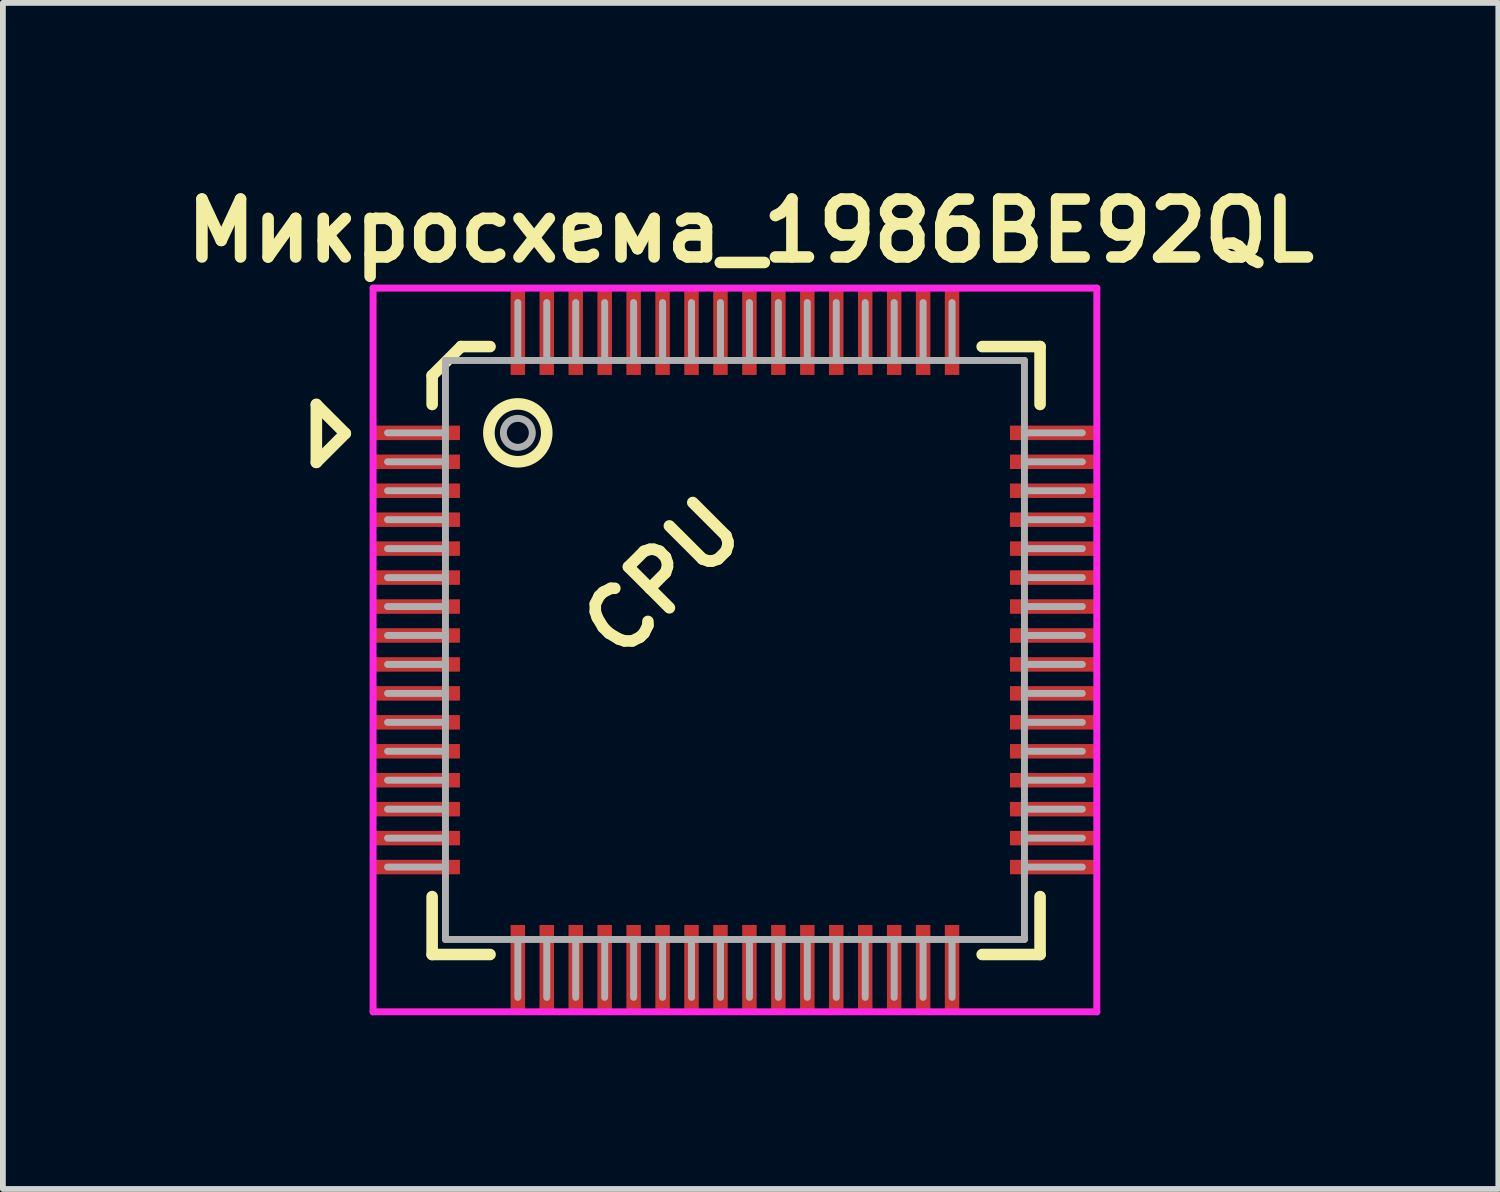
<source format=kicad_pcb>
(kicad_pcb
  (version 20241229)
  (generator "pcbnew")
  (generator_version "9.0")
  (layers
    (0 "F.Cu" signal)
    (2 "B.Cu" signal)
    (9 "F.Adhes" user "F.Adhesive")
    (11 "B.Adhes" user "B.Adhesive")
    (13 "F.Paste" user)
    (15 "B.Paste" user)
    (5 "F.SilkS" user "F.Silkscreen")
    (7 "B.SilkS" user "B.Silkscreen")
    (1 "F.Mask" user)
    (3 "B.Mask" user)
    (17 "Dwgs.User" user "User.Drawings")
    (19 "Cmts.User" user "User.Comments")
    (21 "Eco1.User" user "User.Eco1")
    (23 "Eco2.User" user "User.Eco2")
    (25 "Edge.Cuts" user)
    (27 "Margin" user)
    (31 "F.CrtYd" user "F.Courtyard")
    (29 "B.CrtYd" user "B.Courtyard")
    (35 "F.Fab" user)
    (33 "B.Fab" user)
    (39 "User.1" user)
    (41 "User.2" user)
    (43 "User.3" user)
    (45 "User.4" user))
  (footprint "Микросхема_1986ВЕ92QL"
    (layer "F.Cu")
    (at 9.644 8.176)
    (property "Reference" "Микросхема_1986ВЕ92QL" (at 0.27 -7.24 180) (layer "F.SilkS") (effects (font (size 1 1) (thickness 0.2))))
    (attr through_hole)
    (fp_line (start -7.23 -4.24) (end -6.73 -3.74) (stroke (width 0.2) (type solid)) (layer "F.SilkS"))
    (fp_line (start -7.23 -3.24) (end -7.23 -4.24) (stroke (width 0.2) (type solid)) (layer "F.SilkS"))
    (fp_line (start -6.73 -3.74) (end -7.23 -3.24) (stroke (width 0.2) (type solid)) (layer "F.SilkS"))
    (fp_line (start -5.23 -4.74) (end -5.23 -4.24) (stroke (width 0.2) (type solid)) (layer "F.SilkS"))
    (fp_line (start -5.23 5.26) (end -5.23 4.26) (stroke (width 0.2) (type solid)) (layer "F.SilkS"))
    (fp_line (start -5.23 5.26) (end -4.23 5.26) (stroke (width 0.2) (type solid)) (layer "F.SilkS"))
    (fp_line (start -4.73 -5.24) (end -5.23 -4.74) (stroke (width 0.2) (type solid)) (layer "F.SilkS"))
    (fp_line (start -4.73 -5.24) (end -4.23 -5.24) (stroke (width 0.2) (type solid)) (layer "F.SilkS"))
    (fp_line (start 5.27 -5.24) (end 4.27 -5.24) (stroke (width 0.2) (type solid)) (layer "F.SilkS"))
    (fp_line (start 5.27 -5.24) (end 5.27 -4.24) (stroke (width 0.2) (type solid)) (layer "F.SilkS"))
    (fp_line (start 5.27 5.26) (end 4.27 5.26) (stroke (width 0.2) (type solid)) (layer "F.SilkS"))
    (fp_line (start 5.27 5.26) (end 5.27 4.26) (stroke (width 0.2) (type solid)) (layer "F.SilkS"))
    (fp_circle (center -3.75 -3.75) (end -3.25 -3.75) (stroke (width 0.2) (type solid)) (fill no) (layer "F.SilkS"))
    (fp_line (start -6.25 -6.25) (end 6.25 -6.25) (stroke (width 0.12) (type solid)) (layer "F.CrtYd"))
    (fp_line (start -6.25 6.25) (end -6.25 -6.25) (stroke (width 0.12) (type solid)) (layer "F.CrtYd"))
    (fp_line (start 6.25 -6.25) (end 6.25 6.25) (stroke (width 0.12) (type solid)) (layer "F.CrtYd"))
    (fp_line (start 6.25 6.25) (end -6.25 6.25) (stroke (width 0.12) (type solid)) (layer "F.CrtYd"))
    (fp_line (start -6 -3.75) (end -5 -3.75) (stroke (width 0.12) (type solid)) (layer "F.Fab"))
    (fp_line (start -6 -3.25) (end -5 -3.25) (stroke (width 0.12) (type solid)) (layer "F.Fab"))
    (fp_line (start -6 -2.75) (end -5 -2.75) (stroke (width 0.12) (type solid)) (layer "F.Fab"))
    (fp_line (start -6 -2.25) (end -5 -2.25) (stroke (width 0.12) (type solid)) (layer "F.Fab"))
    (fp_line (start -6 -1.75) (end -5 -1.75) (stroke (width 0.12) (type solid)) (layer "F.Fab"))
    (fp_line (start -6 -1.25) (end -5 -1.25) (stroke (width 0.12) (type solid)) (layer "F.Fab"))
    (fp_line (start -6 -0.75) (end -5 -0.75) (stroke (width 0.12) (type solid)) (layer "F.Fab"))
    (fp_line (start -6 -0.25) (end -5 -0.25) (stroke (width 0.12) (type solid)) (layer "F.Fab"))
    (fp_line (start -6 0.25) (end -5 0.25) (stroke (width 0.12) (type solid)) (layer "F.Fab"))
    (fp_line (start -6 0.75) (end -5 0.75) (stroke (width 0.12) (type solid)) (layer "F.Fab"))
    (fp_line (start -6 1.25) (end -5 1.25) (stroke (width 0.12) (type solid)) (layer "F.Fab"))
    (fp_line (start -6 1.75) (end -5 1.75) (stroke (width 0.12) (type solid)) (layer "F.Fab"))
    (fp_line (start -6 2.25) (end -5 2.25) (stroke (width 0.12) (type solid)) (layer "F.Fab"))
    (fp_line (start -6 2.75) (end -5 2.75) (stroke (width 0.12) (type solid)) (layer "F.Fab"))
    (fp_line (start -6 3.25) (end -5 3.25) (stroke (width 0.12) (type solid)) (layer "F.Fab"))
    (fp_line (start -6 3.75) (end -5 3.75) (stroke (width 0.12) (type solid)) (layer "F.Fab"))
    (fp_line (start -5 -5) (end 5 -5) (stroke (width 0.12) (type solid)) (layer "F.Fab"))
    (fp_line (start -5 5) (end -5 -5) (stroke (width 0.12) (type solid)) (layer "F.Fab"))
    (fp_line (start -3.75 -6) (end -3.75 -5) (stroke (width 0.12) (type solid)) (layer "F.Fab"))
    (fp_line (start -3.75 6) (end -3.75 5) (stroke (width 0.12) (type solid)) (layer "F.Fab"))
    (fp_line (start -3.25 -6) (end -3.25 -5) (stroke (width 0.12) (type solid)) (layer "F.Fab"))
    (fp_line (start -3.25 6) (end -3.25 5) (stroke (width 0.12) (type solid)) (layer "F.Fab"))
    (fp_line (start -2.75 -6) (end -2.75 -5) (stroke (width 0.12) (type solid)) (layer "F.Fab"))
    (fp_line (start -2.75 6) (end -2.75 5) (stroke (width 0.12) (type solid)) (layer "F.Fab"))
    (fp_line (start -2.25 -6) (end -2.25 -5) (stroke (width 0.12) (type solid)) (layer "F.Fab"))
    (fp_line (start -2.25 6) (end -2.25 5) (stroke (width 0.12) (type solid)) (layer "F.Fab"))
    (fp_line (start -1.75 -6) (end -1.75 -5) (stroke (width 0.12) (type solid)) (layer "F.Fab"))
    (fp_line (start -1.75 6) (end -1.75 5) (stroke (width 0.12) (type solid)) (layer "F.Fab"))
    (fp_line (start -1.25 -6) (end -1.25 -5) (stroke (width 0.12) (type solid)) (layer "F.Fab"))
    (fp_line (start -1.25 6) (end -1.25 5) (stroke (width 0.12) (type solid)) (layer "F.Fab"))
    (fp_line (start -0.75 -6) (end -0.75 -5) (stroke (width 0.12) (type solid)) (layer "F.Fab"))
    (fp_line (start -0.75 6) (end -0.75 5) (stroke (width 0.12) (type solid)) (layer "F.Fab"))
    (fp_line (start -0.25 -6) (end -0.25 -5) (stroke (width 0.12) (type solid)) (layer "F.Fab"))
    (fp_line (start -0.25 6) (end -0.25 5) (stroke (width 0.12) (type solid)) (layer "F.Fab"))
    (fp_line (start 0.25 -6) (end 0.25 -5) (stroke (width 0.12) (type solid)) (layer "F.Fab"))
    (fp_line (start 0.25 6) (end 0.25 5) (stroke (width 0.12) (type solid)) (layer "F.Fab"))
    (fp_line (start 0.75 -6) (end 0.75 -5) (stroke (width 0.12) (type solid)) (layer "F.Fab"))
    (fp_line (start 0.75 6) (end 0.75 5) (stroke (width 0.12) (type solid)) (layer "F.Fab"))
    (fp_line (start 1.25 -6) (end 1.25 -5) (stroke (width 0.12) (type solid)) (layer "F.Fab"))
    (fp_line (start 1.25 6) (end 1.25 5) (stroke (width 0.12) (type solid)) (layer "F.Fab"))
    (fp_line (start 1.75 -6) (end 1.75 -5) (stroke (width 0.12) (type solid)) (layer "F.Fab"))
    (fp_line (start 1.75 6) (end 1.75 5) (stroke (width 0.12) (type solid)) (layer "F.Fab"))
    (fp_line (start 2.25 -6) (end 2.25 -5) (stroke (width 0.12) (type solid)) (layer "F.Fab"))
    (fp_line (start 2.25 6) (end 2.25 5) (stroke (width 0.12) (type solid)) (layer "F.Fab"))
    (fp_line (start 2.75 -6) (end 2.75 -5) (stroke (width 0.12) (type solid)) (layer "F.Fab"))
    (fp_line (start 2.75 6) (end 2.75 5) (stroke (width 0.12) (type solid)) (layer "F.Fab"))
    (fp_line (start 3.25 -6) (end 3.25 -5) (stroke (width 0.12) (type solid)) (layer "F.Fab"))
    (fp_line (start 3.25 6) (end 3.25 5) (stroke (width 0.12) (type solid)) (layer "F.Fab"))
    (fp_line (start 3.75 -6) (end 3.75 -5) (stroke (width 0.12) (type solid)) (layer "F.Fab"))
    (fp_line (start 3.75 6) (end 3.75 5) (stroke (width 0.12) (type solid)) (layer "F.Fab"))
    (fp_line (start 5 -5) (end 5 5) (stroke (width 0.12) (type solid)) (layer "F.Fab"))
    (fp_line (start 5 5) (end -5 5) (stroke (width 0.12) (type solid)) (layer "F.Fab"))
    (fp_line (start 6 -3.75) (end 5 -3.75) (stroke (width 0.12) (type solid)) (layer "F.Fab"))
    (fp_line (start 6 -3.25) (end 5 -3.25) (stroke (width 0.12) (type solid)) (layer "F.Fab"))
    (fp_line (start 6 -2.75) (end 5 -2.75) (stroke (width 0.12) (type solid)) (layer "F.Fab"))
    (fp_line (start 6 -2.25) (end 5 -2.25) (stroke (width 0.12) (type solid)) (layer "F.Fab"))
    (fp_line (start 6 -1.75) (end 5 -1.75) (stroke (width 0.12) (type solid)) (layer "F.Fab"))
    (fp_line (start 6 -1.25) (end 5 -1.25) (stroke (width 0.12) (type solid)) (layer "F.Fab"))
    (fp_line (start 6 -0.75) (end 5 -0.75) (stroke (width 0.12) (type solid)) (layer "F.Fab"))
    (fp_line (start 6 -0.25) (end 5 -0.25) (stroke (width 0.12) (type solid)) (layer "F.Fab"))
    (fp_line (start 6 0.25) (end 5 0.25) (stroke (width 0.12) (type solid)) (layer "F.Fab"))
    (fp_line (start 6 0.75) (end 5 0.75) (stroke (width 0.12) (type solid)) (layer "F.Fab"))
    (fp_line (start 6 1.25) (end 5 1.25) (stroke (width 0.12) (type solid)) (layer "F.Fab"))
    (fp_line (start 6 1.75) (end 5 1.75) (stroke (width 0.12) (type solid)) (layer "F.Fab"))
    (fp_line (start 6 2.25) (end 5 2.25) (stroke (width 0.12) (type solid)) (layer "F.Fab"))
    (fp_line (start 6 2.75) (end 5 2.75) (stroke (width 0.12) (type solid)) (layer "F.Fab"))
    (fp_line (start 6 3.25) (end 5 3.25) (stroke (width 0.12) (type solid)) (layer "F.Fab"))
    (fp_line (start 6 3.75) (end 5 3.75) (stroke (width 0.12) (type solid)) (layer "F.Fab"))
    (fp_circle (center -3.75 -3.75) (end -3.5 -3.75) (stroke (width 0.12) (type solid)) (fill no) (layer "F.Fab"))
    (fp_text user "CPU" (at -1.25 -1.25 45) (layer "F.SilkS") (effects (font (size 1 1) (thickness 0.2))))
    (pad "1" smd rect (at -5.5 -3.75) (size 1.5 0.25) (layers "F.Cu" "F.Mask" "F.Paste"))
    (pad "2" smd rect (at -5.5 -3.25) (size 1.5 0.25) (layers "F.Cu" "F.Mask" "F.Paste"))
    (pad "3" smd rect (at -5.5 -2.75) (size 1.5 0.25) (layers "F.Cu" "F.Mask" "F.Paste"))
    (pad "4" smd rect (at -5.5 -2.25) (size 1.5 0.25) (layers "F.Cu" "F.Mask" "F.Paste"))
    (pad "5" smd rect (at -5.5 -1.75) (size 1.5 0.25) (layers "F.Cu" "F.Mask" "F.Paste"))
    (pad "6" smd rect (at -5.5 -1.25) (size 1.5 0.25) (layers "F.Cu" "F.Mask" "F.Paste"))
    (pad "7" smd rect (at -5.5 -0.75) (size 1.5 0.25) (layers "F.Cu" "F.Mask" "F.Paste"))
    (pad "8" smd rect (at -5.5 -0.25) (size 1.5 0.25) (layers "F.Cu" "F.Mask" "F.Paste"))
    (pad "9" smd rect (at -5.5 0.25) (size 1.5 0.25) (layers "F.Cu" "F.Mask" "F.Paste"))
    (pad "10" smd rect (at -5.5 0.75) (size 1.5 0.25) (layers "F.Cu" "F.Mask" "F.Paste"))
    (pad "11" smd rect (at -5.5 1.25) (size 1.5 0.25) (layers "F.Cu" "F.Mask" "F.Paste"))
    (pad "12" smd rect (at -5.5 1.75) (size 1.5 0.25) (layers "F.Cu" "F.Mask" "F.Paste"))
    (pad "13" smd rect (at -5.5 2.25) (size 1.5 0.25) (layers "F.Cu" "F.Mask" "F.Paste"))
    (pad "14" smd rect (at -5.5 2.75) (size 1.5 0.25) (layers "F.Cu" "F.Mask" "F.Paste"))
    (pad "15" smd rect (at -5.5 3.25) (size 1.5 0.25) (layers "F.Cu" "F.Mask" "F.Paste"))
    (pad "16" smd rect (at -5.5 3.75) (size 1.5 0.25) (layers "F.Cu" "F.Mask" "F.Paste"))
    (pad "17" smd rect (at -3.75 5.5) (size 0.25 1.5) (layers "F.Cu" "F.Mask" "F.Paste"))
    (pad "18" smd rect (at -3.25 5.5) (size 0.25 1.5) (layers "F.Cu" "F.Mask" "F.Paste"))
    (pad "19" smd rect (at -2.75 5.5) (size 0.25 1.5) (layers "F.Cu" "F.Mask" "F.Paste"))
    (pad "20" smd rect (at -2.25 5.5) (size 0.25 1.5) (layers "F.Cu" "F.Mask" "F.Paste"))
    (pad "21" smd rect (at -1.75 5.5) (size 0.25 1.5) (layers "F.Cu" "F.Mask" "F.Paste"))
    (pad "22" smd rect (at -1.25 5.5) (size 0.25 1.5) (layers "F.Cu" "F.Mask" "F.Paste"))
    (pad "23" smd rect (at -0.75 5.5) (size 0.25 1.5) (layers "F.Cu" "F.Mask" "F.Paste"))
    (pad "24" smd rect (at -0.25 5.5) (size 0.25 1.5) (layers "F.Cu" "F.Mask" "F.Paste"))
    (pad "25" smd rect (at 0.25 5.5) (size 0.25 1.5) (layers "F.Cu" "F.Mask" "F.Paste"))
    (pad "26" smd rect (at 0.75 5.5) (size 0.25 1.5) (layers "F.Cu" "F.Mask" "F.Paste"))
    (pad "27" smd rect (at 1.25 5.5) (size 0.25 1.5) (layers "F.Cu" "F.Mask" "F.Paste"))
    (pad "28" smd rect (at 1.75 5.5) (size 0.25 1.5) (layers "F.Cu" "F.Mask" "F.Paste"))
    (pad "29" smd rect (at 2.25 5.5) (size 0.25 1.5) (layers "F.Cu" "F.Mask" "F.Paste"))
    (pad "30" smd rect (at 2.75 5.5) (size 0.25 1.5) (layers "F.Cu" "F.Mask" "F.Paste"))
    (pad "31" smd rect (at 3.25 5.5) (size 0.25 1.5) (layers "F.Cu" "F.Mask" "F.Paste"))
    (pad "32" smd rect (at 3.75 5.5) (size 0.25 1.5) (layers "F.Cu" "F.Mask" "F.Paste"))
    (pad "33" smd rect (at 5.5 3.75) (size 1.5 0.25) (layers "F.Cu" "F.Mask" "F.Paste"))
    (pad "34" smd rect (at 5.5 3.25) (size 1.5 0.25) (layers "F.Cu" "F.Mask" "F.Paste"))
    (pad "35" smd rect (at 5.5 2.75) (size 1.5 0.25) (layers "F.Cu" "F.Mask" "F.Paste"))
    (pad "36" smd rect (at 5.5 2.25) (size 1.5 0.25) (layers "F.Cu" "F.Mask" "F.Paste"))
    (pad "37" smd rect (at 5.5 1.75) (size 1.5 0.25) (layers "F.Cu" "F.Mask" "F.Paste"))
    (pad "38" smd rect (at 5.5 1.25) (size 1.5 0.25) (layers "F.Cu" "F.Mask" "F.Paste"))
    (pad "39" smd rect (at 5.5 0.75) (size 1.5 0.25) (layers "F.Cu" "F.Mask" "F.Paste"))
    (pad "40" smd rect (at 5.5 0.25) (size 1.5 0.25) (layers "F.Cu" "F.Mask" "F.Paste"))
    (pad "41" smd rect (at 5.5 -0.25) (size 1.5 0.25) (layers "F.Cu" "F.Mask" "F.Paste"))
    (pad "42" smd rect (at 5.5 -0.75) (size 1.5 0.25) (layers "F.Cu" "F.Mask" "F.Paste"))
    (pad "43" smd rect (at 5.5 -1.25) (size 1.5 0.25) (layers "F.Cu" "F.Mask" "F.Paste"))
    (pad "44" smd rect (at 5.5 -1.75) (size 1.5 0.25) (layers "F.Cu" "F.Mask" "F.Paste"))
    (pad "45" smd rect (at 5.5 -2.25) (size 1.5 0.25) (layers "F.Cu" "F.Mask" "F.Paste"))
    (pad "46" smd rect (at 5.5 -2.75) (size 1.5 0.25) (layers "F.Cu" "F.Mask" "F.Paste"))
    (pad "47" smd rect (at 5.5 -3.25) (size 1.5 0.25) (layers "F.Cu" "F.Mask" "F.Paste"))
    (pad "48" smd rect (at 5.5 -3.75) (size 1.5 0.25) (layers "F.Cu" "F.Mask" "F.Paste"))
    (pad "49" smd rect (at 3.75 -5.5) (size 0.25 1.5) (layers "F.Cu" "F.Mask" "F.Paste"))
    (pad "50" smd rect (at 3.25 -5.5) (size 0.25 1.5) (layers "F.Cu" "F.Mask" "F.Paste"))
    (pad "51" smd rect (at 2.75 -5.5) (size 0.25 1.5) (layers "F.Cu" "F.Mask" "F.Paste"))
    (pad "52" smd rect (at 2.25 -5.5) (size 0.25 1.5) (layers "F.Cu" "F.Mask" "F.Paste"))
    (pad "53" smd rect (at 1.75 -5.5) (size 0.25 1.5) (layers "F.Cu" "F.Mask" "F.Paste"))
    (pad "54" smd rect (at 1.25 -5.5) (size 0.25 1.5) (layers "F.Cu" "F.Mask" "F.Paste"))
    (pad "55" smd rect (at 0.75 -5.5) (size 0.25 1.5) (layers "F.Cu" "F.Mask" "F.Paste"))
    (pad "56" smd rect (at 0.25 -5.5) (size 0.25 1.5) (layers "F.Cu" "F.Mask" "F.Paste"))
    (pad "57" smd rect (at -0.25 -5.5) (size 0.25 1.5) (layers "F.Cu" "F.Mask" "F.Paste"))
    (pad "58" smd rect (at -0.75 -5.5) (size 0.25 1.5) (layers "F.Cu" "F.Mask" "F.Paste"))
    (pad "59" smd rect (at -1.25 -5.5) (size 0.25 1.5) (layers "F.Cu" "F.Mask" "F.Paste"))
    (pad "60" smd rect (at -1.75 -5.5) (size 0.25 1.5) (layers "F.Cu" "F.Mask" "F.Paste"))
    (pad "61" smd rect (at -2.25 -5.5) (size 0.25 1.5) (layers "F.Cu" "F.Mask" "F.Paste"))
    (pad "62" smd rect (at -2.75 -5.5) (size 0.25 1.5) (layers "F.Cu" "F.Mask" "F.Paste"))
    (pad "63" smd rect (at -3.25 -5.5) (size 0.25 1.5) (layers "F.Cu" "F.Mask" "F.Paste"))
    (pad "64" smd rect (at -3.75 -5.5) (size 0.25 1.5) (layers "F.Cu" "F.Mask" "F.Paste")))
  (gr_rect
    (start -3 -3)
    (end 22.829 17.486)
    (stroke (width 0.1) (type default))
    (fill no)
    (layer "Edge.Cuts")))
</source>
